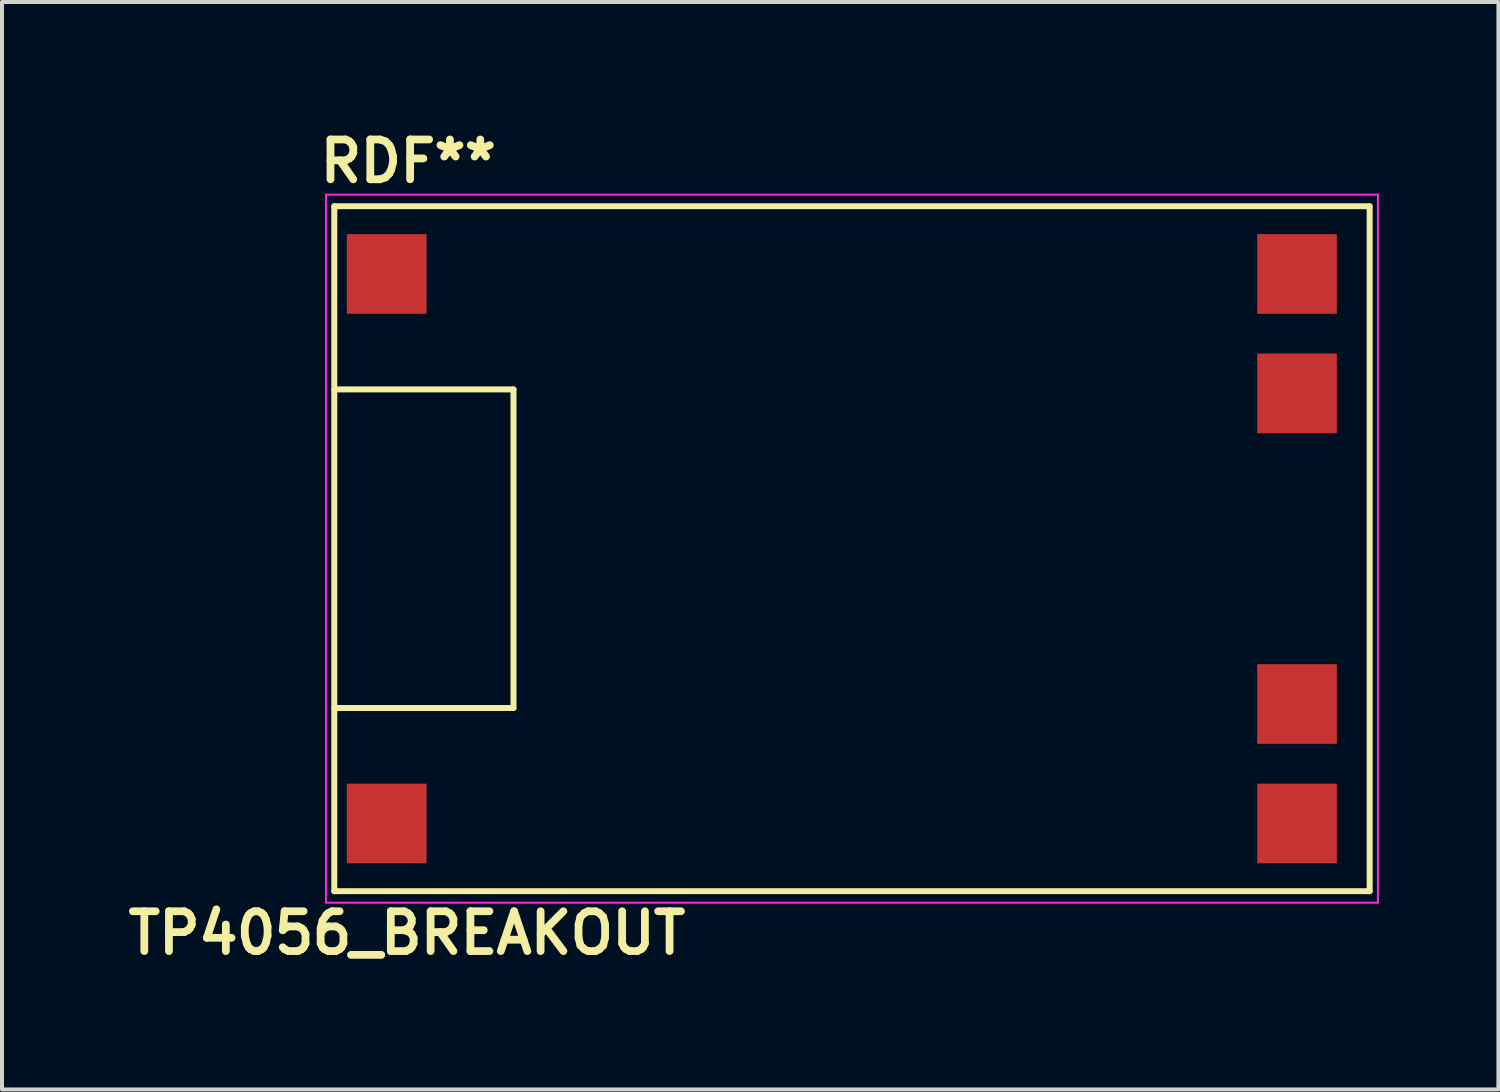
<source format=kicad_pcb>
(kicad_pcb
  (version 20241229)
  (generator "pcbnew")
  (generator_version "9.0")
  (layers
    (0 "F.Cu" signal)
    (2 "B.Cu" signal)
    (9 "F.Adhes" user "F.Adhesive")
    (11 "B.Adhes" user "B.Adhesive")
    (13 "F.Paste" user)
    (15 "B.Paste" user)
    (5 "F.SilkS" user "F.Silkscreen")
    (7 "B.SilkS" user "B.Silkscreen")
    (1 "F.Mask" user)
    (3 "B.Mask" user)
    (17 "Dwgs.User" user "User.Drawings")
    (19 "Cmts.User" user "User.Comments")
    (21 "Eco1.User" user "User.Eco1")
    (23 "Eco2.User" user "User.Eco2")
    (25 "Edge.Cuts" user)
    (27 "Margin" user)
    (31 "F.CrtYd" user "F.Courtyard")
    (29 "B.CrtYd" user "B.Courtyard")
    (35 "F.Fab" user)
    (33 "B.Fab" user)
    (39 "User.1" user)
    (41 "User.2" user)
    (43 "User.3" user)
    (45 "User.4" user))
  (footprint "TP4056_BREAKOUT"
    (layer "F.Cu")
    (at 18.345 10.729)
    (property "Reference" "TP4056_BREAKOUT" (at -11.176 9.652 0) (layer "F.SilkS") (effects (font (size 1 1) (thickness 0.195))))
    (attr smd)
    (fp_line (start -13 -8.6) (end 13 -8.6) (stroke (width 0.15) (type solid)) (layer "F.SilkS"))
    (fp_line (start -13 -4) (end -8.5 -4) (stroke (width 0.15) (type solid)) (layer "F.SilkS"))
    (fp_line (start -13 8.6) (end -13 -8.6) (stroke (width 0.15) (type solid)) (layer "F.SilkS"))
    (fp_line (start -8.5 -4) (end -8.5 4) (stroke (width 0.15) (type solid)) (layer "F.SilkS"))
    (fp_line (start -8.5 4) (end -13 4) (stroke (width 0.15) (type solid)) (layer "F.SilkS"))
    (fp_line (start 13 -8.6) (end 13 8.6) (stroke (width 0.15) (type solid)) (layer "F.SilkS"))
    (fp_line (start 13 8.6) (end -13 8.6) (stroke (width 0.15) (type solid)) (layer "F.SilkS"))
    (fp_rect (start -13.208 -8.89) (end 13.208 8.89) (stroke (width 0.05) (type default)) (fill no) (layer "F.CrtYd"))
    (fp_text user "RDF**" (at -13.462 -9.144 0) (unlocked yes) (layer "F.SilkS") (effects (font (size 1 1) (thickness 0.195)) (justify left bottom)))
    (pad "1" smd rect (at -11.684 -6.9) (size 2 2) (layers "F.Cu" "F.Mask" "F.Paste"))
    (pad "2" smd rect (at -11.684 6.9) (size 2 2) (layers "F.Cu" "F.Mask" "F.Paste"))
    (pad "3" smd rect (at 11.176 -6.9) (size 2 2) (layers "F.Cu" "F.Mask" "F.Paste"))
    (pad "4" smd rect (at 11.176 -3.9) (size 2 2) (layers "F.Cu" "F.Mask" "F.Paste"))
    (pad "5" smd rect (at 11.176 3.9) (size 2 2) (layers "F.Cu" "F.Mask" "F.Paste"))
    (pad "6" smd rect (at 11.176 6.9) (size 2 2) (layers "F.Cu" "F.Mask" "F.Paste")))
  (gr_rect
    (start -3 -3)
    (end 34.578 24.309)
    (stroke (width 0.1) (type default))
    (fill no)
    (layer "Edge.Cuts")))
</source>
